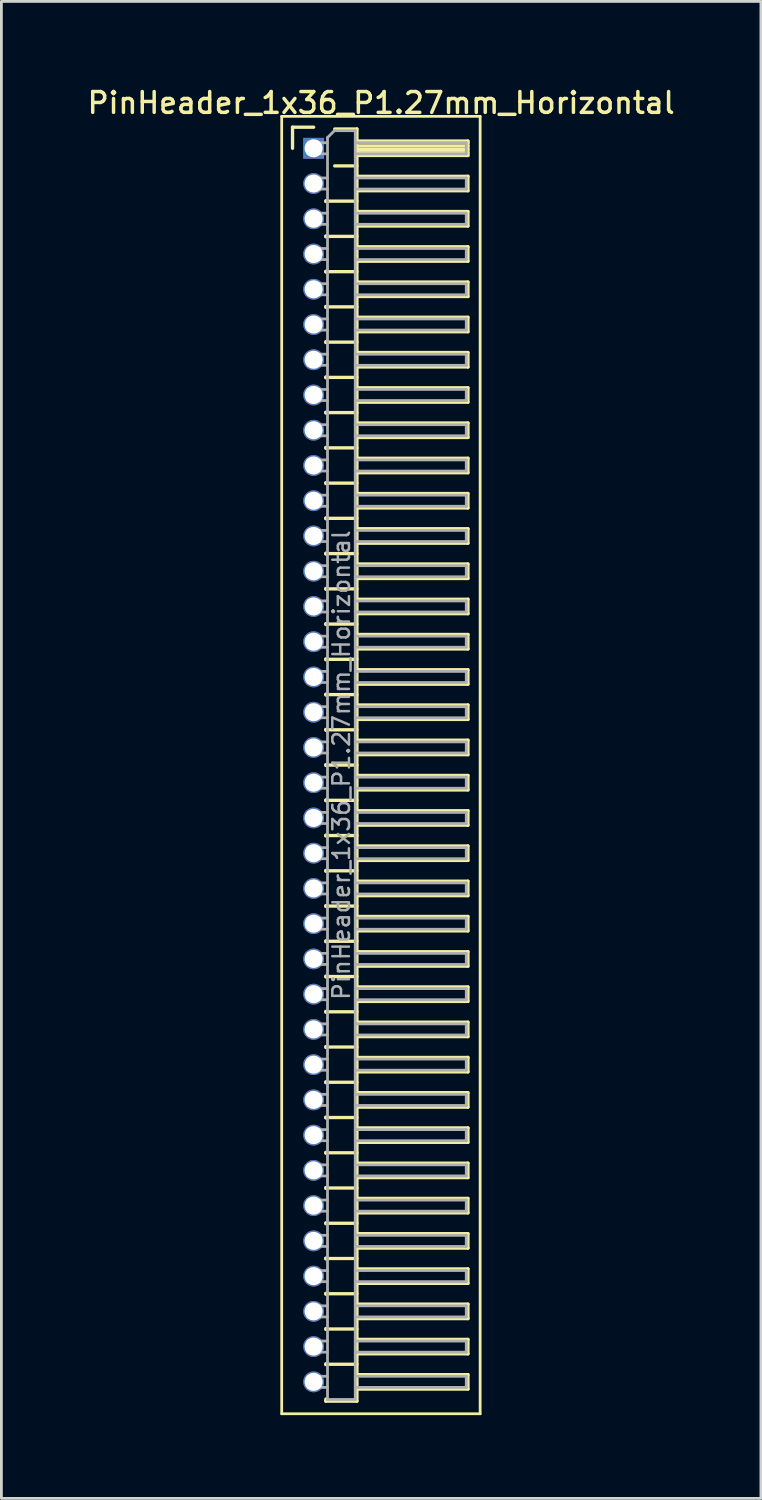
<source format=kicad_pcb>
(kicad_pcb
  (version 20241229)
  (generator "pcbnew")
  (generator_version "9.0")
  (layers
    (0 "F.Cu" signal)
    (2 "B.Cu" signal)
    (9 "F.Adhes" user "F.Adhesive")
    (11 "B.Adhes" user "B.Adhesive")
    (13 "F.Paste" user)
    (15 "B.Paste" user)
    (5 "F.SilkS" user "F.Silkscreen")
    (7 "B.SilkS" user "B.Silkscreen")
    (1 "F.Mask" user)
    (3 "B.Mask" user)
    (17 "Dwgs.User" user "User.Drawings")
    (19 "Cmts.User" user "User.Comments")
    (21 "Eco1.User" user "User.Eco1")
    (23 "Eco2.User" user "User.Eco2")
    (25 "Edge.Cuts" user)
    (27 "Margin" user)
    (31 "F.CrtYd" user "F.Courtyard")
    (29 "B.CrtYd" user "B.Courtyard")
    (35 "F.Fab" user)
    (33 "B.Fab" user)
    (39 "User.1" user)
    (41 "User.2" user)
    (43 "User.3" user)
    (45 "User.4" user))
  (footprint "PinHeader_1x36_P1.27mm_Horizontal"
    (layer "F.Cu")
    (at 8.251 2.293)
    (property "Reference" "PinHeader_1x36_P1.27mm_Horizontal" (at 2.433 -1.635 0) (layer "F.SilkS") (effects (font (size 0.75 0.75) (thickness 0.125))))
    (attr through_hole)
    (fp_line (start -1.15 -1.15) (end -1.15 45.6) (stroke (width 0.1) (type solid)) (layer "F.SilkS"))
    (fp_line (start -1.15 45.6) (end 6 45.6) (stroke (width 0.1) (type solid)) (layer "F.SilkS"))
    (fp_line (start -0.76 -0.76) (end 0 -0.76) (stroke (width 0.12) (type solid)) (layer "F.SilkS"))
    (fp_line (start -0.76 0) (end -0.76 -0.76) (stroke (width 0.12) (type solid)) (layer "F.SilkS"))
    (fp_line (start 0.44 1.89) (end 0.44 1.92) (stroke (width 0.12) (type solid)) (layer "F.SilkS"))
    (fp_line (start 0.44 1.905) (end 1.56 1.905) (stroke (width 0.12) (type solid)) (layer "F.SilkS"))
    (fp_line (start 0.44 3.16) (end 0.44 3.19) (stroke (width 0.12) (type solid)) (layer "F.SilkS"))
    (fp_line (start 0.44 3.175) (end 1.56 3.175) (stroke (width 0.12) (type solid)) (layer "F.SilkS"))
    (fp_line (start 0.44 4.43) (end 0.44 4.46) (stroke (width 0.12) (type solid)) (layer "F.SilkS"))
    (fp_line (start 0.44 4.445) (end 1.56 4.445) (stroke (width 0.12) (type solid)) (layer "F.SilkS"))
    (fp_line (start 0.44 5.7) (end 0.44 5.73) (stroke (width 0.12) (type solid)) (layer "F.SilkS"))
    (fp_line (start 0.44 5.715) (end 1.56 5.715) (stroke (width 0.12) (type solid)) (layer "F.SilkS"))
    (fp_line (start 0.44 6.97) (end 0.44 7) (stroke (width 0.12) (type solid)) (layer "F.SilkS"))
    (fp_line (start 0.44 6.985) (end 1.56 6.985) (stroke (width 0.12) (type solid)) (layer "F.SilkS"))
    (fp_line (start 0.44 8.24) (end 0.44 8.27) (stroke (width 0.12) (type solid)) (layer "F.SilkS"))
    (fp_line (start 0.44 8.255) (end 1.56 8.255) (stroke (width 0.12) (type solid)) (layer "F.SilkS"))
    (fp_line (start 0.44 9.51) (end 0.44 9.54) (stroke (width 0.12) (type solid)) (layer "F.SilkS"))
    (fp_line (start 0.44 9.525) (end 1.56 9.525) (stroke (width 0.12) (type solid)) (layer "F.SilkS"))
    (fp_line (start 0.44 10.78) (end 0.44 10.81) (stroke (width 0.12) (type solid)) (layer "F.SilkS"))
    (fp_line (start 0.44 10.795) (end 1.56 10.795) (stroke (width 0.12) (type solid)) (layer "F.SilkS"))
    (fp_line (start 0.44 12.05) (end 0.44 12.08) (stroke (width 0.12) (type solid)) (layer "F.SilkS"))
    (fp_line (start 0.44 12.065) (end 1.56 12.065) (stroke (width 0.12) (type solid)) (layer "F.SilkS"))
    (fp_line (start 0.44 13.32) (end 0.44 13.35) (stroke (width 0.12) (type solid)) (layer "F.SilkS"))
    (fp_line (start 0.44 13.335) (end 1.56 13.335) (stroke (width 0.12) (type solid)) (layer "F.SilkS"))
    (fp_line (start 0.44 14.59) (end 0.44 14.62) (stroke (width 0.12) (type solid)) (layer "F.SilkS"))
    (fp_line (start 0.44 14.605) (end 1.56 14.605) (stroke (width 0.12) (type solid)) (layer "F.SilkS"))
    (fp_line (start 0.44 15.86) (end 0.44 15.89) (stroke (width 0.12) (type solid)) (layer "F.SilkS"))
    (fp_line (start 0.44 15.875) (end 1.56 15.875) (stroke (width 0.12) (type solid)) (layer "F.SilkS"))
    (fp_line (start 0.44 17.13) (end 0.44 17.16) (stroke (width 0.12) (type solid)) (layer "F.SilkS"))
    (fp_line (start 0.44 17.145) (end 1.56 17.145) (stroke (width 0.12) (type solid)) (layer "F.SilkS"))
    (fp_line (start 0.44 18.4) (end 0.44 18.43) (stroke (width 0.12) (type solid)) (layer "F.SilkS"))
    (fp_line (start 0.44 18.415) (end 1.56 18.415) (stroke (width 0.12) (type solid)) (layer "F.SilkS"))
    (fp_line (start 0.44 19.67) (end 0.44 19.7) (stroke (width 0.12) (type solid)) (layer "F.SilkS"))
    (fp_line (start 0.44 19.685) (end 1.56 19.685) (stroke (width 0.12) (type solid)) (layer "F.SilkS"))
    (fp_line (start 0.44 20.94) (end 0.44 20.97) (stroke (width 0.12) (type solid)) (layer "F.SilkS"))
    (fp_line (start 0.44 20.955) (end 1.56 20.955) (stroke (width 0.12) (type solid)) (layer "F.SilkS"))
    (fp_line (start 0.44 22.21) (end 0.44 22.24) (stroke (width 0.12) (type solid)) (layer "F.SilkS"))
    (fp_line (start 0.44 22.225) (end 1.56 22.225) (stroke (width 0.12) (type solid)) (layer "F.SilkS"))
    (fp_line (start 0.44 23.48) (end 0.44 23.51) (stroke (width 0.12) (type solid)) (layer "F.SilkS"))
    (fp_line (start 0.44 23.495) (end 1.56 23.495) (stroke (width 0.12) (type solid)) (layer "F.SilkS"))
    (fp_line (start 0.44 24.75) (end 0.44 24.78) (stroke (width 0.12) (type solid)) (layer "F.SilkS"))
    (fp_line (start 0.44 24.765) (end 1.56 24.765) (stroke (width 0.12) (type solid)) (layer "F.SilkS"))
    (fp_line (start 0.44 26.02) (end 0.44 26.05) (stroke (width 0.12) (type solid)) (layer "F.SilkS"))
    (fp_line (start 0.44 26.035) (end 1.56 26.035) (stroke (width 0.12) (type solid)) (layer "F.SilkS"))
    (fp_line (start 0.44 27.29) (end 0.44 27.32) (stroke (width 0.12) (type solid)) (layer "F.SilkS"))
    (fp_line (start 0.44 27.305) (end 1.56 27.305) (stroke (width 0.12) (type solid)) (layer "F.SilkS"))
    (fp_line (start 0.44 28.56) (end 0.44 28.59) (stroke (width 0.12) (type solid)) (layer "F.SilkS"))
    (fp_line (start 0.44 28.575) (end 1.56 28.575) (stroke (width 0.12) (type solid)) (layer "F.SilkS"))
    (fp_line (start 0.44 29.83) (end 0.44 29.86) (stroke (width 0.12) (type solid)) (layer "F.SilkS"))
    (fp_line (start 0.44 29.845) (end 1.56 29.845) (stroke (width 0.12) (type solid)) (layer "F.SilkS"))
    (fp_line (start 0.44 31.1) (end 0.44 31.13) (stroke (width 0.12) (type solid)) (layer "F.SilkS"))
    (fp_line (start 0.44 31.115) (end 1.56 31.115) (stroke (width 0.12) (type solid)) (layer "F.SilkS"))
    (fp_line (start 0.44 32.37) (end 0.44 32.4) (stroke (width 0.12) (type solid)) (layer "F.SilkS"))
    (fp_line (start 0.44 32.385) (end 1.56 32.385) (stroke (width 0.12) (type solid)) (layer "F.SilkS"))
    (fp_line (start 0.44 33.64) (end 0.44 33.67) (stroke (width 0.12) (type solid)) (layer "F.SilkS"))
    (fp_line (start 0.44 33.655) (end 1.56 33.655) (stroke (width 0.12) (type solid)) (layer "F.SilkS"))
    (fp_line (start 0.44 34.91) (end 0.44 34.94) (stroke (width 0.12) (type solid)) (layer "F.SilkS"))
    (fp_line (start 0.44 34.925) (end 1.56 34.925) (stroke (width 0.12) (type solid)) (layer "F.SilkS"))
    (fp_line (start 0.44 36.18) (end 0.44 36.21) (stroke (width 0.12) (type solid)) (layer "F.SilkS"))
    (fp_line (start 0.44 36.195) (end 1.56 36.195) (stroke (width 0.12) (type solid)) (layer "F.SilkS"))
    (fp_line (start 0.44 37.45) (end 0.44 37.48) (stroke (width 0.12) (type solid)) (layer "F.SilkS"))
    (fp_line (start 0.44 37.465) (end 1.56 37.465) (stroke (width 0.12) (type solid)) (layer "F.SilkS"))
    (fp_line (start 0.44 38.72) (end 0.44 38.75) (stroke (width 0.12) (type solid)) (layer "F.SilkS"))
    (fp_line (start 0.44 38.735) (end 1.56 38.735) (stroke (width 0.12) (type solid)) (layer "F.SilkS"))
    (fp_line (start 0.44 39.99) (end 0.44 40.02) (stroke (width 0.12) (type solid)) (layer "F.SilkS"))
    (fp_line (start 0.44 40.005) (end 1.56 40.005) (stroke (width 0.12) (type solid)) (layer "F.SilkS"))
    (fp_line (start 0.44 41.26) (end 0.44 41.29) (stroke (width 0.12) (type solid)) (layer "F.SilkS"))
    (fp_line (start 0.44 41.275) (end 1.56 41.275) (stroke (width 0.12) (type solid)) (layer "F.SilkS"))
    (fp_line (start 0.44 42.53) (end 0.44 42.56) (stroke (width 0.12) (type solid)) (layer "F.SilkS"))
    (fp_line (start 0.44 42.545) (end 1.56 42.545) (stroke (width 0.12) (type solid)) (layer "F.SilkS"))
    (fp_line (start 0.44 43.8) (end 0.44 43.83) (stroke (width 0.12) (type solid)) (layer "F.SilkS"))
    (fp_line (start 0.44 43.815) (end 1.56 43.815) (stroke (width 0.12) (type solid)) (layer "F.SilkS"))
    (fp_line (start 0.44 45.145) (end 0.44 45.07) (stroke (width 0.12) (type solid)) (layer "F.SilkS"))
    (fp_line (start 0.76 -0.695) (end 1.56 -0.695) (stroke (width 0.12) (type solid)) (layer "F.SilkS"))
    (fp_line (start 0.76 0.635) (end 1.56 0.635) (stroke (width 0.12) (type solid)) (layer "F.SilkS"))
    (fp_line (start 1.56 -0.695) (end 1.56 45.145) (stroke (width 0.12) (type solid)) (layer "F.SilkS"))
    (fp_line (start 1.56 -0.26) (end 5.56 -0.26) (stroke (width 0.12) (type solid)) (layer "F.SilkS"))
    (fp_line (start 1.56 -0.2) (end 5.56 -0.2) (stroke (width 0.12) (type solid)) (layer "F.SilkS"))
    (fp_line (start 1.56 -0.08) (end 5.56 -0.08) (stroke (width 0.12) (type solid)) (layer "F.SilkS"))
    (fp_line (start 1.56 0.04) (end 5.56 0.04) (stroke (width 0.12) (type solid)) (layer "F.SilkS"))
    (fp_line (start 1.56 0.16) (end 5.56 0.16) (stroke (width 0.12) (type solid)) (layer "F.SilkS"))
    (fp_line (start 1.56 1.01) (end 5.56 1.01) (stroke (width 0.12) (type solid)) (layer "F.SilkS"))
    (fp_line (start 1.56 2.28) (end 5.56 2.28) (stroke (width 0.12) (type solid)) (layer "F.SilkS"))
    (fp_line (start 1.56 3.55) (end 5.56 3.55) (stroke (width 0.12) (type solid)) (layer "F.SilkS"))
    (fp_line (start 1.56 4.82) (end 5.56 4.82) (stroke (width 0.12) (type solid)) (layer "F.SilkS"))
    (fp_line (start 1.56 6.09) (end 5.56 6.09) (stroke (width 0.12) (type solid)) (layer "F.SilkS"))
    (fp_line (start 1.56 7.36) (end 5.56 7.36) (stroke (width 0.12) (type solid)) (layer "F.SilkS"))
    (fp_line (start 1.56 8.63) (end 5.56 8.63) (stroke (width 0.12) (type solid)) (layer "F.SilkS"))
    (fp_line (start 1.56 9.9) (end 5.56 9.9) (stroke (width 0.12) (type solid)) (layer "F.SilkS"))
    (fp_line (start 1.56 11.17) (end 5.56 11.17) (stroke (width 0.12) (type solid)) (layer "F.SilkS"))
    (fp_line (start 1.56 12.44) (end 5.56 12.44) (stroke (width 0.12) (type solid)) (layer "F.SilkS"))
    (fp_line (start 1.56 13.71) (end 5.56 13.71) (stroke (width 0.12) (type solid)) (layer "F.SilkS"))
    (fp_line (start 1.56 14.98) (end 5.56 14.98) (stroke (width 0.12) (type solid)) (layer "F.SilkS"))
    (fp_line (start 1.56 16.25) (end 5.56 16.25) (stroke (width 0.12) (type solid)) (layer "F.SilkS"))
    (fp_line (start 1.56 17.52) (end 5.56 17.52) (stroke (width 0.12) (type solid)) (layer "F.SilkS"))
    (fp_line (start 1.56 18.79) (end 5.56 18.79) (stroke (width 0.12) (type solid)) (layer "F.SilkS"))
    (fp_line (start 1.56 20.06) (end 5.56 20.06) (stroke (width 0.12) (type solid)) (layer "F.SilkS"))
    (fp_line (start 1.56 21.33) (end 5.56 21.33) (stroke (width 0.12) (type solid)) (layer "F.SilkS"))
    (fp_line (start 1.56 22.6) (end 5.56 22.6) (stroke (width 0.12) (type solid)) (layer "F.SilkS"))
    (fp_line (start 1.56 23.87) (end 5.56 23.87) (stroke (width 0.12) (type solid)) (layer "F.SilkS"))
    (fp_line (start 1.56 25.14) (end 5.56 25.14) (stroke (width 0.12) (type solid)) (layer "F.SilkS"))
    (fp_line (start 1.56 26.41) (end 5.56 26.41) (stroke (width 0.12) (type solid)) (layer "F.SilkS"))
    (fp_line (start 1.56 27.68) (end 5.56 27.68) (stroke (width 0.12) (type solid)) (layer "F.SilkS"))
    (fp_line (start 1.56 28.95) (end 5.56 28.95) (stroke (width 0.12) (type solid)) (layer "F.SilkS"))
    (fp_line (start 1.56 30.22) (end 5.56 30.22) (stroke (width 0.12) (type solid)) (layer "F.SilkS"))
    (fp_line (start 1.56 31.49) (end 5.56 31.49) (stroke (width 0.12) (type solid)) (layer "F.SilkS"))
    (fp_line (start 1.56 32.76) (end 5.56 32.76) (stroke (width 0.12) (type solid)) (layer "F.SilkS"))
    (fp_line (start 1.56 34.03) (end 5.56 34.03) (stroke (width 0.12) (type solid)) (layer "F.SilkS"))
    (fp_line (start 1.56 35.3) (end 5.56 35.3) (stroke (width 0.12) (type solid)) (layer "F.SilkS"))
    (fp_line (start 1.56 36.57) (end 5.56 36.57) (stroke (width 0.12) (type solid)) (layer "F.SilkS"))
    (fp_line (start 1.56 37.84) (end 5.56 37.84) (stroke (width 0.12) (type solid)) (layer "F.SilkS"))
    (fp_line (start 1.56 39.11) (end 5.56 39.11) (stroke (width 0.12) (type solid)) (layer "F.SilkS"))
    (fp_line (start 1.56 40.38) (end 5.56 40.38) (stroke (width 0.12) (type solid)) (layer "F.SilkS"))
    (fp_line (start 1.56 41.65) (end 5.56 41.65) (stroke (width 0.12) (type solid)) (layer "F.SilkS"))
    (fp_line (start 1.56 42.92) (end 5.56 42.92) (stroke (width 0.12) (type solid)) (layer "F.SilkS"))
    (fp_line (start 1.56 44.19) (end 5.56 44.19) (stroke (width 0.12) (type solid)) (layer "F.SilkS"))
    (fp_line (start 1.56 45.145) (end 0.44 45.145) (stroke (width 0.12) (type solid)) (layer "F.SilkS"))
    (fp_line (start 5.56 -0.26) (end 5.56 0.26) (stroke (width 0.12) (type solid)) (layer "F.SilkS"))
    (fp_line (start 5.56 0.26) (end 1.56 0.26) (stroke (width 0.12) (type solid)) (layer "F.SilkS"))
    (fp_line (start 5.56 1.01) (end 5.56 1.53) (stroke (width 0.12) (type solid)) (layer "F.SilkS"))
    (fp_line (start 5.56 1.53) (end 1.56 1.53) (stroke (width 0.12) (type solid)) (layer "F.SilkS"))
    (fp_line (start 5.56 2.28) (end 5.56 2.8) (stroke (width 0.12) (type solid)) (layer "F.SilkS"))
    (fp_line (start 5.56 2.8) (end 1.56 2.8) (stroke (width 0.12) (type solid)) (layer "F.SilkS"))
    (fp_line (start 5.56 3.55) (end 5.56 4.07) (stroke (width 0.12) (type solid)) (layer "F.SilkS"))
    (fp_line (start 5.56 4.07) (end 1.56 4.07) (stroke (width 0.12) (type solid)) (layer "F.SilkS"))
    (fp_line (start 5.56 4.82) (end 5.56 5.34) (stroke (width 0.12) (type solid)) (layer "F.SilkS"))
    (fp_line (start 5.56 5.34) (end 1.56 5.34) (stroke (width 0.12) (type solid)) (layer "F.SilkS"))
    (fp_line (start 5.56 6.09) (end 5.56 6.61) (stroke (width 0.12) (type solid)) (layer "F.SilkS"))
    (fp_line (start 5.56 6.61) (end 1.56 6.61) (stroke (width 0.12) (type solid)) (layer "F.SilkS"))
    (fp_line (start 5.56 7.36) (end 5.56 7.88) (stroke (width 0.12) (type solid)) (layer "F.SilkS"))
    (fp_line (start 5.56 7.88) (end 1.56 7.88) (stroke (width 0.12) (type solid)) (layer "F.SilkS"))
    (fp_line (start 5.56 8.63) (end 5.56 9.15) (stroke (width 0.12) (type solid)) (layer "F.SilkS"))
    (fp_line (start 5.56 9.15) (end 1.56 9.15) (stroke (width 0.12) (type solid)) (layer "F.SilkS"))
    (fp_line (start 5.56 9.9) (end 5.56 10.42) (stroke (width 0.12) (type solid)) (layer "F.SilkS"))
    (fp_line (start 5.56 10.42) (end 1.56 10.42) (stroke (width 0.12) (type solid)) (layer "F.SilkS"))
    (fp_line (start 5.56 11.17) (end 5.56 11.69) (stroke (width 0.12) (type solid)) (layer "F.SilkS"))
    (fp_line (start 5.56 11.69) (end 1.56 11.69) (stroke (width 0.12) (type solid)) (layer "F.SilkS"))
    (fp_line (start 5.56 12.44) (end 5.56 12.96) (stroke (width 0.12) (type solid)) (layer "F.SilkS"))
    (fp_line (start 5.56 12.96) (end 1.56 12.96) (stroke (width 0.12) (type solid)) (layer "F.SilkS"))
    (fp_line (start 5.56 13.71) (end 5.56 14.23) (stroke (width 0.12) (type solid)) (layer "F.SilkS"))
    (fp_line (start 5.56 14.23) (end 1.56 14.23) (stroke (width 0.12) (type solid)) (layer "F.SilkS"))
    (fp_line (start 5.56 14.98) (end 5.56 15.5) (stroke (width 0.12) (type solid)) (layer "F.SilkS"))
    (fp_line (start 5.56 15.5) (end 1.56 15.5) (stroke (width 0.12) (type solid)) (layer "F.SilkS"))
    (fp_line (start 5.56 16.25) (end 5.56 16.77) (stroke (width 0.12) (type solid)) (layer "F.SilkS"))
    (fp_line (start 5.56 16.77) (end 1.56 16.77) (stroke (width 0.12) (type solid)) (layer "F.SilkS"))
    (fp_line (start 5.56 17.52) (end 5.56 18.04) (stroke (width 0.12) (type solid)) (layer "F.SilkS"))
    (fp_line (start 5.56 18.04) (end 1.56 18.04) (stroke (width 0.12) (type solid)) (layer "F.SilkS"))
    (fp_line (start 5.56 18.79) (end 5.56 19.31) (stroke (width 0.12) (type solid)) (layer "F.SilkS"))
    (fp_line (start 5.56 19.31) (end 1.56 19.31) (stroke (width 0.12) (type solid)) (layer "F.SilkS"))
    (fp_line (start 5.56 20.06) (end 5.56 20.58) (stroke (width 0.12) (type solid)) (layer "F.SilkS"))
    (fp_line (start 5.56 20.58) (end 1.56 20.58) (stroke (width 0.12) (type solid)) (layer "F.SilkS"))
    (fp_line (start 5.56 21.33) (end 5.56 21.85) (stroke (width 0.12) (type solid)) (layer "F.SilkS"))
    (fp_line (start 5.56 21.85) (end 1.56 21.85) (stroke (width 0.12) (type solid)) (layer "F.SilkS"))
    (fp_line (start 5.56 22.6) (end 5.56 23.12) (stroke (width 0.12) (type solid)) (layer "F.SilkS"))
    (fp_line (start 5.56 23.12) (end 1.56 23.12) (stroke (width 0.12) (type solid)) (layer "F.SilkS"))
    (fp_line (start 5.56 23.87) (end 5.56 24.39) (stroke (width 0.12) (type solid)) (layer "F.SilkS"))
    (fp_line (start 5.56 24.39) (end 1.56 24.39) (stroke (width 0.12) (type solid)) (layer "F.SilkS"))
    (fp_line (start 5.56 25.14) (end 5.56 25.66) (stroke (width 0.12) (type solid)) (layer "F.SilkS"))
    (fp_line (start 5.56 25.66) (end 1.56 25.66) (stroke (width 0.12) (type solid)) (layer "F.SilkS"))
    (fp_line (start 5.56 26.41) (end 5.56 26.93) (stroke (width 0.12) (type solid)) (layer "F.SilkS"))
    (fp_line (start 5.56 26.93) (end 1.56 26.93) (stroke (width 0.12) (type solid)) (layer "F.SilkS"))
    (fp_line (start 5.56 27.68) (end 5.56 28.2) (stroke (width 0.12) (type solid)) (layer "F.SilkS"))
    (fp_line (start 5.56 28.2) (end 1.56 28.2) (stroke (width 0.12) (type solid)) (layer "F.SilkS"))
    (fp_line (start 5.56 28.95) (end 5.56 29.47) (stroke (width 0.12) (type solid)) (layer "F.SilkS"))
    (fp_line (start 5.56 29.47) (end 1.56 29.47) (stroke (width 0.12) (type solid)) (layer "F.SilkS"))
    (fp_line (start 5.56 30.22) (end 5.56 30.74) (stroke (width 0.12) (type solid)) (layer "F.SilkS"))
    (fp_line (start 5.56 30.74) (end 1.56 30.74) (stroke (width 0.12) (type solid)) (layer "F.SilkS"))
    (fp_line (start 5.56 31.49) (end 5.56 32.01) (stroke (width 0.12) (type solid)) (layer "F.SilkS"))
    (fp_line (start 5.56 32.01) (end 1.56 32.01) (stroke (width 0.12) (type solid)) (layer "F.SilkS"))
    (fp_line (start 5.56 32.76) (end 5.56 33.28) (stroke (width 0.12) (type solid)) (layer "F.SilkS"))
    (fp_line (start 5.56 33.28) (end 1.56 33.28) (stroke (width 0.12) (type solid)) (layer "F.SilkS"))
    (fp_line (start 5.56 34.03) (end 5.56 34.55) (stroke (width 0.12) (type solid)) (layer "F.SilkS"))
    (fp_line (start 5.56 34.55) (end 1.56 34.55) (stroke (width 0.12) (type solid)) (layer "F.SilkS"))
    (fp_line (start 5.56 35.3) (end 5.56 35.82) (stroke (width 0.12) (type solid)) (layer "F.SilkS"))
    (fp_line (start 5.56 35.82) (end 1.56 35.82) (stroke (width 0.12) (type solid)) (layer "F.SilkS"))
    (fp_line (start 5.56 36.57) (end 5.56 37.09) (stroke (width 0.12) (type solid)) (layer "F.SilkS"))
    (fp_line (start 5.56 37.09) (end 1.56 37.09) (stroke (width 0.12) (type solid)) (layer "F.SilkS"))
    (fp_line (start 5.56 37.84) (end 5.56 38.36) (stroke (width 0.12) (type solid)) (layer "F.SilkS"))
    (fp_line (start 5.56 38.36) (end 1.56 38.36) (stroke (width 0.12) (type solid)) (layer "F.SilkS"))
    (fp_line (start 5.56 39.11) (end 5.56 39.63) (stroke (width 0.12) (type solid)) (layer "F.SilkS"))
    (fp_line (start 5.56 39.63) (end 1.56 39.63) (stroke (width 0.12) (type solid)) (layer "F.SilkS"))
    (fp_line (start 5.56 40.38) (end 5.56 40.9) (stroke (width 0.12) (type solid)) (layer "F.SilkS"))
    (fp_line (start 5.56 40.9) (end 1.56 40.9) (stroke (width 0.12) (type solid)) (layer "F.SilkS"))
    (fp_line (start 5.56 41.65) (end 5.56 42.17) (stroke (width 0.12) (type solid)) (layer "F.SilkS"))
    (fp_line (start 5.56 42.17) (end 1.56 42.17) (stroke (width 0.12) (type solid)) (layer "F.SilkS"))
    (fp_line (start 5.56 42.92) (end 5.56 43.44) (stroke (width 0.12) (type solid)) (layer "F.SilkS"))
    (fp_line (start 5.56 43.44) (end 1.56 43.44) (stroke (width 0.12) (type solid)) (layer "F.SilkS"))
    (fp_line (start 5.56 44.19) (end 5.56 44.71) (stroke (width 0.12) (type solid)) (layer "F.SilkS"))
    (fp_line (start 5.56 44.71) (end 1.56 44.71) (stroke (width 0.12) (type solid)) (layer "F.SilkS"))
    (fp_line (start 6 -1.15) (end -1.15 -1.15) (stroke (width 0.1) (type solid)) (layer "F.SilkS"))
    (fp_line (start 6 45.6) (end 6 -1.15) (stroke (width 0.1) (type solid)) (layer "F.SilkS"))
    (fp_line (start -0.2 -0.2) (end -0.2 0.2) (stroke (width 0.1) (type solid)) (layer "F.Fab"))
    (fp_line (start -0.2 -0.2) (end 0.5 -0.2) (stroke (width 0.1) (type solid)) (layer "F.Fab"))
    (fp_line (start -0.2 0.2) (end 0.5 0.2) (stroke (width 0.1) (type solid)) (layer "F.Fab"))
    (fp_line (start -0.2 1.07) (end -0.2 1.47) (stroke (width 0.1) (type solid)) (layer "F.Fab"))
    (fp_line (start -0.2 1.07) (end 0.5 1.07) (stroke (width 0.1) (type solid)) (layer "F.Fab"))
    (fp_line (start -0.2 1.47) (end 0.5 1.47) (stroke (width 0.1) (type solid)) (layer "F.Fab"))
    (fp_line (start -0.2 2.34) (end -0.2 2.74) (stroke (width 0.1) (type solid)) (layer "F.Fab"))
    (fp_line (start -0.2 2.34) (end 0.5 2.34) (stroke (width 0.1) (type solid)) (layer "F.Fab"))
    (fp_line (start -0.2 2.74) (end 0.5 2.74) (stroke (width 0.1) (type solid)) (layer "F.Fab"))
    (fp_line (start -0.2 3.61) (end -0.2 4.01) (stroke (width 0.1) (type solid)) (layer "F.Fab"))
    (fp_line (start -0.2 3.61) (end 0.5 3.61) (stroke (width 0.1) (type solid)) (layer "F.Fab"))
    (fp_line (start -0.2 4.01) (end 0.5 4.01) (stroke (width 0.1) (type solid)) (layer "F.Fab"))
    (fp_line (start -0.2 4.88) (end -0.2 5.28) (stroke (width 0.1) (type solid)) (layer "F.Fab"))
    (fp_line (start -0.2 4.88) (end 0.5 4.88) (stroke (width 0.1) (type solid)) (layer "F.Fab"))
    (fp_line (start -0.2 5.28) (end 0.5 5.28) (stroke (width 0.1) (type solid)) (layer "F.Fab"))
    (fp_line (start -0.2 6.15) (end -0.2 6.55) (stroke (width 0.1) (type solid)) (layer "F.Fab"))
    (fp_line (start -0.2 6.15) (end 0.5 6.15) (stroke (width 0.1) (type solid)) (layer "F.Fab"))
    (fp_line (start -0.2 6.55) (end 0.5 6.55) (stroke (width 0.1) (type solid)) (layer "F.Fab"))
    (fp_line (start -0.2 7.42) (end -0.2 7.82) (stroke (width 0.1) (type solid)) (layer "F.Fab"))
    (fp_line (start -0.2 7.42) (end 0.5 7.42) (stroke (width 0.1) (type solid)) (layer "F.Fab"))
    (fp_line (start -0.2 7.82) (end 0.5 7.82) (stroke (width 0.1) (type solid)) (layer "F.Fab"))
    (fp_line (start -0.2 8.69) (end -0.2 9.09) (stroke (width 0.1) (type solid)) (layer "F.Fab"))
    (fp_line (start -0.2 8.69) (end 0.5 8.69) (stroke (width 0.1) (type solid)) (layer "F.Fab"))
    (fp_line (start -0.2 9.09) (end 0.5 9.09) (stroke (width 0.1) (type solid)) (layer "F.Fab"))
    (fp_line (start -0.2 9.96) (end -0.2 10.36) (stroke (width 0.1) (type solid)) (layer "F.Fab"))
    (fp_line (start -0.2 9.96) (end 0.5 9.96) (stroke (width 0.1) (type solid)) (layer "F.Fab"))
    (fp_line (start -0.2 10.36) (end 0.5 10.36) (stroke (width 0.1) (type solid)) (layer "F.Fab"))
    (fp_line (start -0.2 11.23) (end -0.2 11.63) (stroke (width 0.1) (type solid)) (layer "F.Fab"))
    (fp_line (start -0.2 11.23) (end 0.5 11.23) (stroke (width 0.1) (type solid)) (layer "F.Fab"))
    (fp_line (start -0.2 11.63) (end 0.5 11.63) (stroke (width 0.1) (type solid)) (layer "F.Fab"))
    (fp_line (start -0.2 12.5) (end -0.2 12.9) (stroke (width 0.1) (type solid)) (layer "F.Fab"))
    (fp_line (start -0.2 12.5) (end 0.5 12.5) (stroke (width 0.1) (type solid)) (layer "F.Fab"))
    (fp_line (start -0.2 12.9) (end 0.5 12.9) (stroke (width 0.1) (type solid)) (layer "F.Fab"))
    (fp_line (start -0.2 13.77) (end -0.2 14.17) (stroke (width 0.1) (type solid)) (layer "F.Fab"))
    (fp_line (start -0.2 13.77) (end 0.5 13.77) (stroke (width 0.1) (type solid)) (layer "F.Fab"))
    (fp_line (start -0.2 14.17) (end 0.5 14.17) (stroke (width 0.1) (type solid)) (layer "F.Fab"))
    (fp_line (start -0.2 15.04) (end -0.2 15.44) (stroke (width 0.1) (type solid)) (layer "F.Fab"))
    (fp_line (start -0.2 15.04) (end 0.5 15.04) (stroke (width 0.1) (type solid)) (layer "F.Fab"))
    (fp_line (start -0.2 15.44) (end 0.5 15.44) (stroke (width 0.1) (type solid)) (layer "F.Fab"))
    (fp_line (start -0.2 16.31) (end -0.2 16.71) (stroke (width 0.1) (type solid)) (layer "F.Fab"))
    (fp_line (start -0.2 16.31) (end 0.5 16.31) (stroke (width 0.1) (type solid)) (layer "F.Fab"))
    (fp_line (start -0.2 16.71) (end 0.5 16.71) (stroke (width 0.1) (type solid)) (layer "F.Fab"))
    (fp_line (start -0.2 17.58) (end -0.2 17.98) (stroke (width 0.1) (type solid)) (layer "F.Fab"))
    (fp_line (start -0.2 17.58) (end 0.5 17.58) (stroke (width 0.1) (type solid)) (layer "F.Fab"))
    (fp_line (start -0.2 17.98) (end 0.5 17.98) (stroke (width 0.1) (type solid)) (layer "F.Fab"))
    (fp_line (start -0.2 18.85) (end -0.2 19.25) (stroke (width 0.1) (type solid)) (layer "F.Fab"))
    (fp_line (start -0.2 18.85) (end 0.5 18.85) (stroke (width 0.1) (type solid)) (layer "F.Fab"))
    (fp_line (start -0.2 19.25) (end 0.5 19.25) (stroke (width 0.1) (type solid)) (layer "F.Fab"))
    (fp_line (start -0.2 20.12) (end -0.2 20.52) (stroke (width 0.1) (type solid)) (layer "F.Fab"))
    (fp_line (start -0.2 20.12) (end 0.5 20.12) (stroke (width 0.1) (type solid)) (layer "F.Fab"))
    (fp_line (start -0.2 20.52) (end 0.5 20.52) (stroke (width 0.1) (type solid)) (layer "F.Fab"))
    (fp_line (start -0.2 21.39) (end -0.2 21.79) (stroke (width 0.1) (type solid)) (layer "F.Fab"))
    (fp_line (start -0.2 21.39) (end 0.5 21.39) (stroke (width 0.1) (type solid)) (layer "F.Fab"))
    (fp_line (start -0.2 21.79) (end 0.5 21.79) (stroke (width 0.1) (type solid)) (layer "F.Fab"))
    (fp_line (start -0.2 22.66) (end -0.2 23.06) (stroke (width 0.1) (type solid)) (layer "F.Fab"))
    (fp_line (start -0.2 22.66) (end 0.5 22.66) (stroke (width 0.1) (type solid)) (layer "F.Fab"))
    (fp_line (start -0.2 23.06) (end 0.5 23.06) (stroke (width 0.1) (type solid)) (layer "F.Fab"))
    (fp_line (start -0.2 23.93) (end -0.2 24.33) (stroke (width 0.1) (type solid)) (layer "F.Fab"))
    (fp_line (start -0.2 23.93) (end 0.5 23.93) (stroke (width 0.1) (type solid)) (layer "F.Fab"))
    (fp_line (start -0.2 24.33) (end 0.5 24.33) (stroke (width 0.1) (type solid)) (layer "F.Fab"))
    (fp_line (start -0.2 25.2) (end -0.2 25.6) (stroke (width 0.1) (type solid)) (layer "F.Fab"))
    (fp_line (start -0.2 25.2) (end 0.5 25.2) (stroke (width 0.1) (type solid)) (layer "F.Fab"))
    (fp_line (start -0.2 25.6) (end 0.5 25.6) (stroke (width 0.1) (type solid)) (layer "F.Fab"))
    (fp_line (start -0.2 26.47) (end -0.2 26.87) (stroke (width 0.1) (type solid)) (layer "F.Fab"))
    (fp_line (start -0.2 26.47) (end 0.5 26.47) (stroke (width 0.1) (type solid)) (layer "F.Fab"))
    (fp_line (start -0.2 26.87) (end 0.5 26.87) (stroke (width 0.1) (type solid)) (layer "F.Fab"))
    (fp_line (start -0.2 27.74) (end -0.2 28.14) (stroke (width 0.1) (type solid)) (layer "F.Fab"))
    (fp_line (start -0.2 27.74) (end 0.5 27.74) (stroke (width 0.1) (type solid)) (layer "F.Fab"))
    (fp_line (start -0.2 28.14) (end 0.5 28.14) (stroke (width 0.1) (type solid)) (layer "F.Fab"))
    (fp_line (start -0.2 29.01) (end -0.2 29.41) (stroke (width 0.1) (type solid)) (layer "F.Fab"))
    (fp_line (start -0.2 29.01) (end 0.5 29.01) (stroke (width 0.1) (type solid)) (layer "F.Fab"))
    (fp_line (start -0.2 29.41) (end 0.5 29.41) (stroke (width 0.1) (type solid)) (layer "F.Fab"))
    (fp_line (start -0.2 30.28) (end -0.2 30.68) (stroke (width 0.1) (type solid)) (layer "F.Fab"))
    (fp_line (start -0.2 30.28) (end 0.5 30.28) (stroke (width 0.1) (type solid)) (layer "F.Fab"))
    (fp_line (start -0.2 30.68) (end 0.5 30.68) (stroke (width 0.1) (type solid)) (layer "F.Fab"))
    (fp_line (start -0.2 31.55) (end -0.2 31.95) (stroke (width 0.1) (type solid)) (layer "F.Fab"))
    (fp_line (start -0.2 31.55) (end 0.5 31.55) (stroke (width 0.1) (type solid)) (layer "F.Fab"))
    (fp_line (start -0.2 31.95) (end 0.5 31.95) (stroke (width 0.1) (type solid)) (layer "F.Fab"))
    (fp_line (start -0.2 32.82) (end -0.2 33.22) (stroke (width 0.1) (type solid)) (layer "F.Fab"))
    (fp_line (start -0.2 32.82) (end 0.5 32.82) (stroke (width 0.1) (type solid)) (layer "F.Fab"))
    (fp_line (start -0.2 33.22) (end 0.5 33.22) (stroke (width 0.1) (type solid)) (layer "F.Fab"))
    (fp_line (start -0.2 34.09) (end -0.2 34.49) (stroke (width 0.1) (type solid)) (layer "F.Fab"))
    (fp_line (start -0.2 34.09) (end 0.5 34.09) (stroke (width 0.1) (type solid)) (layer "F.Fab"))
    (fp_line (start -0.2 34.49) (end 0.5 34.49) (stroke (width 0.1) (type solid)) (layer "F.Fab"))
    (fp_line (start -0.2 35.36) (end -0.2 35.76) (stroke (width 0.1) (type solid)) (layer "F.Fab"))
    (fp_line (start -0.2 35.36) (end 0.5 35.36) (stroke (width 0.1) (type solid)) (layer "F.Fab"))
    (fp_line (start -0.2 35.76) (end 0.5 35.76) (stroke (width 0.1) (type solid)) (layer "F.Fab"))
    (fp_line (start -0.2 36.63) (end -0.2 37.03) (stroke (width 0.1) (type solid)) (layer "F.Fab"))
    (fp_line (start -0.2 36.63) (end 0.5 36.63) (stroke (width 0.1) (type solid)) (layer "F.Fab"))
    (fp_line (start -0.2 37.03) (end 0.5 37.03) (stroke (width 0.1) (type solid)) (layer "F.Fab"))
    (fp_line (start -0.2 37.9) (end -0.2 38.3) (stroke (width 0.1) (type solid)) (layer "F.Fab"))
    (fp_line (start -0.2 37.9) (end 0.5 37.9) (stroke (width 0.1) (type solid)) (layer "F.Fab"))
    (fp_line (start -0.2 38.3) (end 0.5 38.3) (stroke (width 0.1) (type solid)) (layer "F.Fab"))
    (fp_line (start -0.2 39.17) (end -0.2 39.57) (stroke (width 0.1) (type solid)) (layer "F.Fab"))
    (fp_line (start -0.2 39.17) (end 0.5 39.17) (stroke (width 0.1) (type solid)) (layer "F.Fab"))
    (fp_line (start -0.2 39.57) (end 0.5 39.57) (stroke (width 0.1) (type solid)) (layer "F.Fab"))
    (fp_line (start -0.2 40.44) (end -0.2 40.84) (stroke (width 0.1) (type solid)) (layer "F.Fab"))
    (fp_line (start -0.2 40.44) (end 0.5 40.44) (stroke (width 0.1) (type solid)) (layer "F.Fab"))
    (fp_line (start -0.2 40.84) (end 0.5 40.84) (stroke (width 0.1) (type solid)) (layer "F.Fab"))
    (fp_line (start -0.2 41.71) (end -0.2 42.11) (stroke (width 0.1) (type solid)) (layer "F.Fab"))
    (fp_line (start -0.2 41.71) (end 0.5 41.71) (stroke (width 0.1) (type solid)) (layer "F.Fab"))
    (fp_line (start -0.2 42.11) (end 0.5 42.11) (stroke (width 0.1) (type solid)) (layer "F.Fab"))
    (fp_line (start -0.2 42.98) (end -0.2 43.38) (stroke (width 0.1) (type solid)) (layer "F.Fab"))
    (fp_line (start -0.2 42.98) (end 0.5 42.98) (stroke (width 0.1) (type solid)) (layer "F.Fab"))
    (fp_line (start -0.2 43.38) (end 0.5 43.38) (stroke (width 0.1) (type solid)) (layer "F.Fab"))
    (fp_line (start -0.2 44.25) (end -0.2 44.65) (stroke (width 0.1) (type solid)) (layer "F.Fab"))
    (fp_line (start -0.2 44.25) (end 0.5 44.25) (stroke (width 0.1) (type solid)) (layer "F.Fab"))
    (fp_line (start -0.2 44.65) (end 0.5 44.65) (stroke (width 0.1) (type solid)) (layer "F.Fab"))
    (fp_line (start 0.5 -0.385) (end 0.75 -0.635) (stroke (width 0.1) (type solid)) (layer "F.Fab"))
    (fp_line (start 0.5 45.085) (end 0.5 -0.385) (stroke (width 0.1) (type solid)) (layer "F.Fab"))
    (fp_line (start 0.75 -0.635) (end 1.5 -0.635) (stroke (width 0.1) (type solid)) (layer "F.Fab"))
    (fp_line (start 1.5 -0.635) (end 1.5 45.085) (stroke (width 0.1) (type solid)) (layer "F.Fab"))
    (fp_line (start 1.5 -0.2) (end 5.5 -0.2) (stroke (width 0.1) (type solid)) (layer "F.Fab"))
    (fp_line (start 1.5 0.2) (end 5.5 0.2) (stroke (width 0.1) (type solid)) (layer "F.Fab"))
    (fp_line (start 1.5 1.07) (end 5.5 1.07) (stroke (width 0.1) (type solid)) (layer "F.Fab"))
    (fp_line (start 1.5 1.47) (end 5.5 1.47) (stroke (width 0.1) (type solid)) (layer "F.Fab"))
    (fp_line (start 1.5 2.34) (end 5.5 2.34) (stroke (width 0.1) (type solid)) (layer "F.Fab"))
    (fp_line (start 1.5 2.74) (end 5.5 2.74) (stroke (width 0.1) (type solid)) (layer "F.Fab"))
    (fp_line (start 1.5 3.61) (end 5.5 3.61) (stroke (width 0.1) (type solid)) (layer "F.Fab"))
    (fp_line (start 1.5 4.01) (end 5.5 4.01) (stroke (width 0.1) (type solid)) (layer "F.Fab"))
    (fp_line (start 1.5 4.88) (end 5.5 4.88) (stroke (width 0.1) (type solid)) (layer "F.Fab"))
    (fp_line (start 1.5 5.28) (end 5.5 5.28) (stroke (width 0.1) (type solid)) (layer "F.Fab"))
    (fp_line (start 1.5 6.15) (end 5.5 6.15) (stroke (width 0.1) (type solid)) (layer "F.Fab"))
    (fp_line (start 1.5 6.55) (end 5.5 6.55) (stroke (width 0.1) (type solid)) (layer "F.Fab"))
    (fp_line (start 1.5 7.42) (end 5.5 7.42) (stroke (width 0.1) (type solid)) (layer "F.Fab"))
    (fp_line (start 1.5 7.82) (end 5.5 7.82) (stroke (width 0.1) (type solid)) (layer "F.Fab"))
    (fp_line (start 1.5 8.69) (end 5.5 8.69) (stroke (width 0.1) (type solid)) (layer "F.Fab"))
    (fp_line (start 1.5 9.09) (end 5.5 9.09) (stroke (width 0.1) (type solid)) (layer "F.Fab"))
    (fp_line (start 1.5 9.96) (end 5.5 9.96) (stroke (width 0.1) (type solid)) (layer "F.Fab"))
    (fp_line (start 1.5 10.36) (end 5.5 10.36) (stroke (width 0.1) (type solid)) (layer "F.Fab"))
    (fp_line (start 1.5 11.23) (end 5.5 11.23) (stroke (width 0.1) (type solid)) (layer "F.Fab"))
    (fp_line (start 1.5 11.63) (end 5.5 11.63) (stroke (width 0.1) (type solid)) (layer "F.Fab"))
    (fp_line (start 1.5 12.5) (end 5.5 12.5) (stroke (width 0.1) (type solid)) (layer "F.Fab"))
    (fp_line (start 1.5 12.9) (end 5.5 12.9) (stroke (width 0.1) (type solid)) (layer "F.Fab"))
    (fp_line (start 1.5 13.77) (end 5.5 13.77) (stroke (width 0.1) (type solid)) (layer "F.Fab"))
    (fp_line (start 1.5 14.17) (end 5.5 14.17) (stroke (width 0.1) (type solid)) (layer "F.Fab"))
    (fp_line (start 1.5 15.04) (end 5.5 15.04) (stroke (width 0.1) (type solid)) (layer "F.Fab"))
    (fp_line (start 1.5 15.44) (end 5.5 15.44) (stroke (width 0.1) (type solid)) (layer "F.Fab"))
    (fp_line (start 1.5 16.31) (end 5.5 16.31) (stroke (width 0.1) (type solid)) (layer "F.Fab"))
    (fp_line (start 1.5 16.71) (end 5.5 16.71) (stroke (width 0.1) (type solid)) (layer "F.Fab"))
    (fp_line (start 1.5 17.58) (end 5.5 17.58) (stroke (width 0.1) (type solid)) (layer "F.Fab"))
    (fp_line (start 1.5 17.98) (end 5.5 17.98) (stroke (width 0.1) (type solid)) (layer "F.Fab"))
    (fp_line (start 1.5 18.85) (end 5.5 18.85) (stroke (width 0.1) (type solid)) (layer "F.Fab"))
    (fp_line (start 1.5 19.25) (end 5.5 19.25) (stroke (width 0.1) (type solid)) (layer "F.Fab"))
    (fp_line (start 1.5 20.12) (end 5.5 20.12) (stroke (width 0.1) (type solid)) (layer "F.Fab"))
    (fp_line (start 1.5 20.52) (end 5.5 20.52) (stroke (width 0.1) (type solid)) (layer "F.Fab"))
    (fp_line (start 1.5 21.39) (end 5.5 21.39) (stroke (width 0.1) (type solid)) (layer "F.Fab"))
    (fp_line (start 1.5 21.79) (end 5.5 21.79) (stroke (width 0.1) (type solid)) (layer "F.Fab"))
    (fp_line (start 1.5 22.66) (end 5.5 22.66) (stroke (width 0.1) (type solid)) (layer "F.Fab"))
    (fp_line (start 1.5 23.06) (end 5.5 23.06) (stroke (width 0.1) (type solid)) (layer "F.Fab"))
    (fp_line (start 1.5 23.93) (end 5.5 23.93) (stroke (width 0.1) (type solid)) (layer "F.Fab"))
    (fp_line (start 1.5 24.33) (end 5.5 24.33) (stroke (width 0.1) (type solid)) (layer "F.Fab"))
    (fp_line (start 1.5 25.2) (end 5.5 25.2) (stroke (width 0.1) (type solid)) (layer "F.Fab"))
    (fp_line (start 1.5 25.6) (end 5.5 25.6) (stroke (width 0.1) (type solid)) (layer "F.Fab"))
    (fp_line (start 1.5 26.47) (end 5.5 26.47) (stroke (width 0.1) (type solid)) (layer "F.Fab"))
    (fp_line (start 1.5 26.87) (end 5.5 26.87) (stroke (width 0.1) (type solid)) (layer "F.Fab"))
    (fp_line (start 1.5 27.74) (end 5.5 27.74) (stroke (width 0.1) (type solid)) (layer "F.Fab"))
    (fp_line (start 1.5 28.14) (end 5.5 28.14) (stroke (width 0.1) (type solid)) (layer "F.Fab"))
    (fp_line (start 1.5 29.01) (end 5.5 29.01) (stroke (width 0.1) (type solid)) (layer "F.Fab"))
    (fp_line (start 1.5 29.41) (end 5.5 29.41) (stroke (width 0.1) (type solid)) (layer "F.Fab"))
    (fp_line (start 1.5 30.28) (end 5.5 30.28) (stroke (width 0.1) (type solid)) (layer "F.Fab"))
    (fp_line (start 1.5 30.68) (end 5.5 30.68) (stroke (width 0.1) (type solid)) (layer "F.Fab"))
    (fp_line (start 1.5 31.55) (end 5.5 31.55) (stroke (width 0.1) (type solid)) (layer "F.Fab"))
    (fp_line (start 1.5 31.95) (end 5.5 31.95) (stroke (width 0.1) (type solid)) (layer "F.Fab"))
    (fp_line (start 1.5 32.82) (end 5.5 32.82) (stroke (width 0.1) (type solid)) (layer "F.Fab"))
    (fp_line (start 1.5 33.22) (end 5.5 33.22) (stroke (width 0.1) (type solid)) (layer "F.Fab"))
    (fp_line (start 1.5 34.09) (end 5.5 34.09) (stroke (width 0.1) (type solid)) (layer "F.Fab"))
    (fp_line (start 1.5 34.49) (end 5.5 34.49) (stroke (width 0.1) (type solid)) (layer "F.Fab"))
    (fp_line (start 1.5 35.36) (end 5.5 35.36) (stroke (width 0.1) (type solid)) (layer "F.Fab"))
    (fp_line (start 1.5 35.76) (end 5.5 35.76) (stroke (width 0.1) (type solid)) (layer "F.Fab"))
    (fp_line (start 1.5 36.63) (end 5.5 36.63) (stroke (width 0.1) (type solid)) (layer "F.Fab"))
    (fp_line (start 1.5 37.03) (end 5.5 37.03) (stroke (width 0.1) (type solid)) (layer "F.Fab"))
    (fp_line (start 1.5 37.9) (end 5.5 37.9) (stroke (width 0.1) (type solid)) (layer "F.Fab"))
    (fp_line (start 1.5 38.3) (end 5.5 38.3) (stroke (width 0.1) (type solid)) (layer "F.Fab"))
    (fp_line (start 1.5 39.17) (end 5.5 39.17) (stroke (width 0.1) (type solid)) (layer "F.Fab"))
    (fp_line (start 1.5 39.57) (end 5.5 39.57) (stroke (width 0.1) (type solid)) (layer "F.Fab"))
    (fp_line (start 1.5 40.44) (end 5.5 40.44) (stroke (width 0.1) (type solid)) (layer "F.Fab"))
    (fp_line (start 1.5 40.84) (end 5.5 40.84) (stroke (width 0.1) (type solid)) (layer "F.Fab"))
    (fp_line (start 1.5 41.71) (end 5.5 41.71) (stroke (width 0.1) (type solid)) (layer "F.Fab"))
    (fp_line (start 1.5 42.11) (end 5.5 42.11) (stroke (width 0.1) (type solid)) (layer "F.Fab"))
    (fp_line (start 1.5 42.98) (end 5.5 42.98) (stroke (width 0.1) (type solid)) (layer "F.Fab"))
    (fp_line (start 1.5 43.38) (end 5.5 43.38) (stroke (width 0.1) (type solid)) (layer "F.Fab"))
    (fp_line (start 1.5 44.25) (end 5.5 44.25) (stroke (width 0.1) (type solid)) (layer "F.Fab"))
    (fp_line (start 1.5 44.65) (end 5.5 44.65) (stroke (width 0.1) (type solid)) (layer "F.Fab"))
    (fp_line (start 1.5 45.085) (end 0.5 45.085) (stroke (width 0.1) (type solid)) (layer "F.Fab"))
    (fp_line (start 5.5 -0.2) (end 5.5 0.2) (stroke (width 0.1) (type solid)) (layer "F.Fab"))
    (fp_line (start 5.5 1.07) (end 5.5 1.47) (stroke (width 0.1) (type solid)) (layer "F.Fab"))
    (fp_line (start 5.5 2.34) (end 5.5 2.74) (stroke (width 0.1) (type solid)) (layer "F.Fab"))
    (fp_line (start 5.5 3.61) (end 5.5 4.01) (stroke (width 0.1) (type solid)) (layer "F.Fab"))
    (fp_line (start 5.5 4.88) (end 5.5 5.28) (stroke (width 0.1) (type solid)) (layer "F.Fab"))
    (fp_line (start 5.5 6.15) (end 5.5 6.55) (stroke (width 0.1) (type solid)) (layer "F.Fab"))
    (fp_line (start 5.5 7.42) (end 5.5 7.82) (stroke (width 0.1) (type solid)) (layer "F.Fab"))
    (fp_line (start 5.5 8.69) (end 5.5 9.09) (stroke (width 0.1) (type solid)) (layer "F.Fab"))
    (fp_line (start 5.5 9.96) (end 5.5 10.36) (stroke (width 0.1) (type solid)) (layer "F.Fab"))
    (fp_line (start 5.5 11.23) (end 5.5 11.63) (stroke (width 0.1) (type solid)) (layer "F.Fab"))
    (fp_line (start 5.5 12.5) (end 5.5 12.9) (stroke (width 0.1) (type solid)) (layer "F.Fab"))
    (fp_line (start 5.5 13.77) (end 5.5 14.17) (stroke (width 0.1) (type solid)) (layer "F.Fab"))
    (fp_line (start 5.5 15.04) (end 5.5 15.44) (stroke (width 0.1) (type solid)) (layer "F.Fab"))
    (fp_line (start 5.5 16.31) (end 5.5 16.71) (stroke (width 0.1) (type solid)) (layer "F.Fab"))
    (fp_line (start 5.5 17.58) (end 5.5 17.98) (stroke (width 0.1) (type solid)) (layer "F.Fab"))
    (fp_line (start 5.5 18.85) (end 5.5 19.25) (stroke (width 0.1) (type solid)) (layer "F.Fab"))
    (fp_line (start 5.5 20.12) (end 5.5 20.52) (stroke (width 0.1) (type solid)) (layer "F.Fab"))
    (fp_line (start 5.5 21.39) (end 5.5 21.79) (stroke (width 0.1) (type solid)) (layer "F.Fab"))
    (fp_line (start 5.5 22.66) (end 5.5 23.06) (stroke (width 0.1) (type solid)) (layer "F.Fab"))
    (fp_line (start 5.5 23.93) (end 5.5 24.33) (stroke (width 0.1) (type solid)) (layer "F.Fab"))
    (fp_line (start 5.5 25.2) (end 5.5 25.6) (stroke (width 0.1) (type solid)) (layer "F.Fab"))
    (fp_line (start 5.5 26.47) (end 5.5 26.87) (stroke (width 0.1) (type solid)) (layer "F.Fab"))
    (fp_line (start 5.5 27.74) (end 5.5 28.14) (stroke (width 0.1) (type solid)) (layer "F.Fab"))
    (fp_line (start 5.5 29.01) (end 5.5 29.41) (stroke (width 0.1) (type solid)) (layer "F.Fab"))
    (fp_line (start 5.5 30.28) (end 5.5 30.68) (stroke (width 0.1) (type solid)) (layer "F.Fab"))
    (fp_line (start 5.5 31.55) (end 5.5 31.95) (stroke (width 0.1) (type solid)) (layer "F.Fab"))
    (fp_line (start 5.5 32.82) (end 5.5 33.22) (stroke (width 0.1) (type solid)) (layer "F.Fab"))
    (fp_line (start 5.5 34.09) (end 5.5 34.49) (stroke (width 0.1) (type solid)) (layer "F.Fab"))
    (fp_line (start 5.5 35.36) (end 5.5 35.76) (stroke (width 0.1) (type solid)) (layer "F.Fab"))
    (fp_line (start 5.5 36.63) (end 5.5 37.03) (stroke (width 0.1) (type solid)) (layer "F.Fab"))
    (fp_line (start 5.5 37.9) (end 5.5 38.3) (stroke (width 0.1) (type solid)) (layer "F.Fab"))
    (fp_line (start 5.5 39.17) (end 5.5 39.57) (stroke (width 0.1) (type solid)) (layer "F.Fab"))
    (fp_line (start 5.5 40.44) (end 5.5 40.84) (stroke (width 0.1) (type solid)) (layer "F.Fab"))
    (fp_line (start 5.5 41.71) (end 5.5 42.11) (stroke (width 0.1) (type solid)) (layer "F.Fab"))
    (fp_line (start 5.5 42.98) (end 5.5 43.38) (stroke (width 0.1) (type solid)) (layer "F.Fab"))
    (fp_line (start 5.5 44.25) (end 5.5 44.65) (stroke (width 0.1) (type solid)) (layer "F.Fab"))
    (fp_text user "${REFERENCE}" (at 1 22.225 90) (layer "F.Fab") (effects (font (size 0.6 0.6) (thickness 0.09))))
    (pad "1" thru_hole rect (at 0 0) (size 0.75 0.75) (drill 0.65) (layers "*.Cu" "*.Mask"))
    (pad "2" thru_hole oval (at 0 1.27) (size 0.75 0.75) (drill 0.65) (layers "*.Cu" "*.Mask"))
    (pad "3" thru_hole oval (at 0 2.54) (size 0.75 0.75) (drill 0.65) (layers "*.Cu" "*.Mask"))
    (pad "4" thru_hole oval (at 0 3.81) (size 0.75 0.75) (drill 0.65) (layers "*.Cu" "*.Mask"))
    (pad "5" thru_hole oval (at 0 5.08) (size 0.75 0.75) (drill 0.65) (layers "*.Cu" "*.Mask"))
    (pad "6" thru_hole oval (at 0 6.35) (size 0.75 0.75) (drill 0.65) (layers "*.Cu" "*.Mask"))
    (pad "7" thru_hole oval (at 0 7.62) (size 0.75 0.75) (drill 0.65) (layers "*.Cu" "*.Mask"))
    (pad "8" thru_hole oval (at 0 8.89) (size 0.75 0.75) (drill 0.65) (layers "*.Cu" "*.Mask"))
    (pad "9" thru_hole oval (at 0 10.16) (size 0.75 0.75) (drill 0.65) (layers "*.Cu" "*.Mask"))
    (pad "10" thru_hole oval (at 0 11.43) (size 0.75 0.75) (drill 0.65) (layers "*.Cu" "*.Mask"))
    (pad "11" thru_hole oval (at 0 12.7) (size 0.75 0.75) (drill 0.65) (layers "*.Cu" "*.Mask"))
    (pad "12" thru_hole oval (at 0 13.97) (size 0.75 0.75) (drill 0.65) (layers "*.Cu" "*.Mask"))
    (pad "13" thru_hole oval (at 0 15.24) (size 0.75 0.75) (drill 0.65) (layers "*.Cu" "*.Mask"))
    (pad "14" thru_hole oval (at 0 16.51) (size 0.75 0.75) (drill 0.65) (layers "*.Cu" "*.Mask"))
    (pad "15" thru_hole oval (at 0 17.78) (size 0.75 0.75) (drill 0.65) (layers "*.Cu" "*.Mask"))
    (pad "16" thru_hole oval (at 0 19.05) (size 0.75 0.75) (drill 0.65) (layers "*.Cu" "*.Mask"))
    (pad "17" thru_hole oval (at 0 20.32) (size 0.75 0.75) (drill 0.65) (layers "*.Cu" "*.Mask"))
    (pad "18" thru_hole oval (at 0 21.59) (size 0.75 0.75) (drill 0.65) (layers "*.Cu" "*.Mask"))
    (pad "19" thru_hole oval (at 0 22.86) (size 0.75 0.75) (drill 0.65) (layers "*.Cu" "*.Mask"))
    (pad "20" thru_hole oval (at 0 24.13) (size 0.75 0.75) (drill 0.65) (layers "*.Cu" "*.Mask"))
    (pad "21" thru_hole oval (at 0 25.4) (size 0.75 0.75) (drill 0.65) (layers "*.Cu" "*.Mask"))
    (pad "22" thru_hole oval (at 0 26.67) (size 0.75 0.75) (drill 0.65) (layers "*.Cu" "*.Mask"))
    (pad "23" thru_hole oval (at 0 27.94) (size 0.75 0.75) (drill 0.65) (layers "*.Cu" "*.Mask"))
    (pad "24" thru_hole oval (at 0 29.21) (size 0.75 0.75) (drill 0.65) (layers "*.Cu" "*.Mask"))
    (pad "25" thru_hole oval (at 0 30.48) (size 0.75 0.75) (drill 0.65) (layers "*.Cu" "*.Mask"))
    (pad "26" thru_hole oval (at 0 31.75) (size 0.75 0.75) (drill 0.65) (layers "*.Cu" "*.Mask"))
    (pad "27" thru_hole oval (at 0 33.02) (size 0.75 0.75) (drill 0.65) (layers "*.Cu" "*.Mask"))
    (pad "28" thru_hole oval (at 0 34.29) (size 0.75 0.75) (drill 0.65) (layers "*.Cu" "*.Mask"))
    (pad "29" thru_hole oval (at 0 35.56) (size 0.75 0.75) (drill 0.65) (layers "*.Cu" "*.Mask"))
    (pad "30" thru_hole oval (at 0 36.83) (size 0.75 0.75) (drill 0.65) (layers "*.Cu" "*.Mask"))
    (pad "31" thru_hole oval (at 0 38.1) (size 0.75 0.75) (drill 0.65) (layers "*.Cu" "*.Mask"))
    (pad "32" thru_hole oval (at 0 39.37) (size 0.75 0.75) (drill 0.65) (layers "*.Cu" "*.Mask"))
    (pad "33" thru_hole oval (at 0 40.64) (size 0.75 0.75) (drill 0.65) (layers "*.Cu" "*.Mask"))
    (pad "34" thru_hole oval (at 0 41.91) (size 0.75 0.75) (drill 0.65) (layers "*.Cu" "*.Mask"))
    (pad "35" thru_hole oval (at 0 43.18) (size 0.75 0.75) (drill 0.65) (layers "*.Cu" "*.Mask"))
    (pad "36" thru_hole oval (at 0 44.45) (size 0.75 0.75) (drill 0.65) (layers "*.Cu" "*.Mask")))
  (gr_rect
    (start -3 -3)
    (end 24.368 50.943)
    (stroke (width 0.1) (type default))
    (fill no)
    (layer "Edge.Cuts")))
</source>
